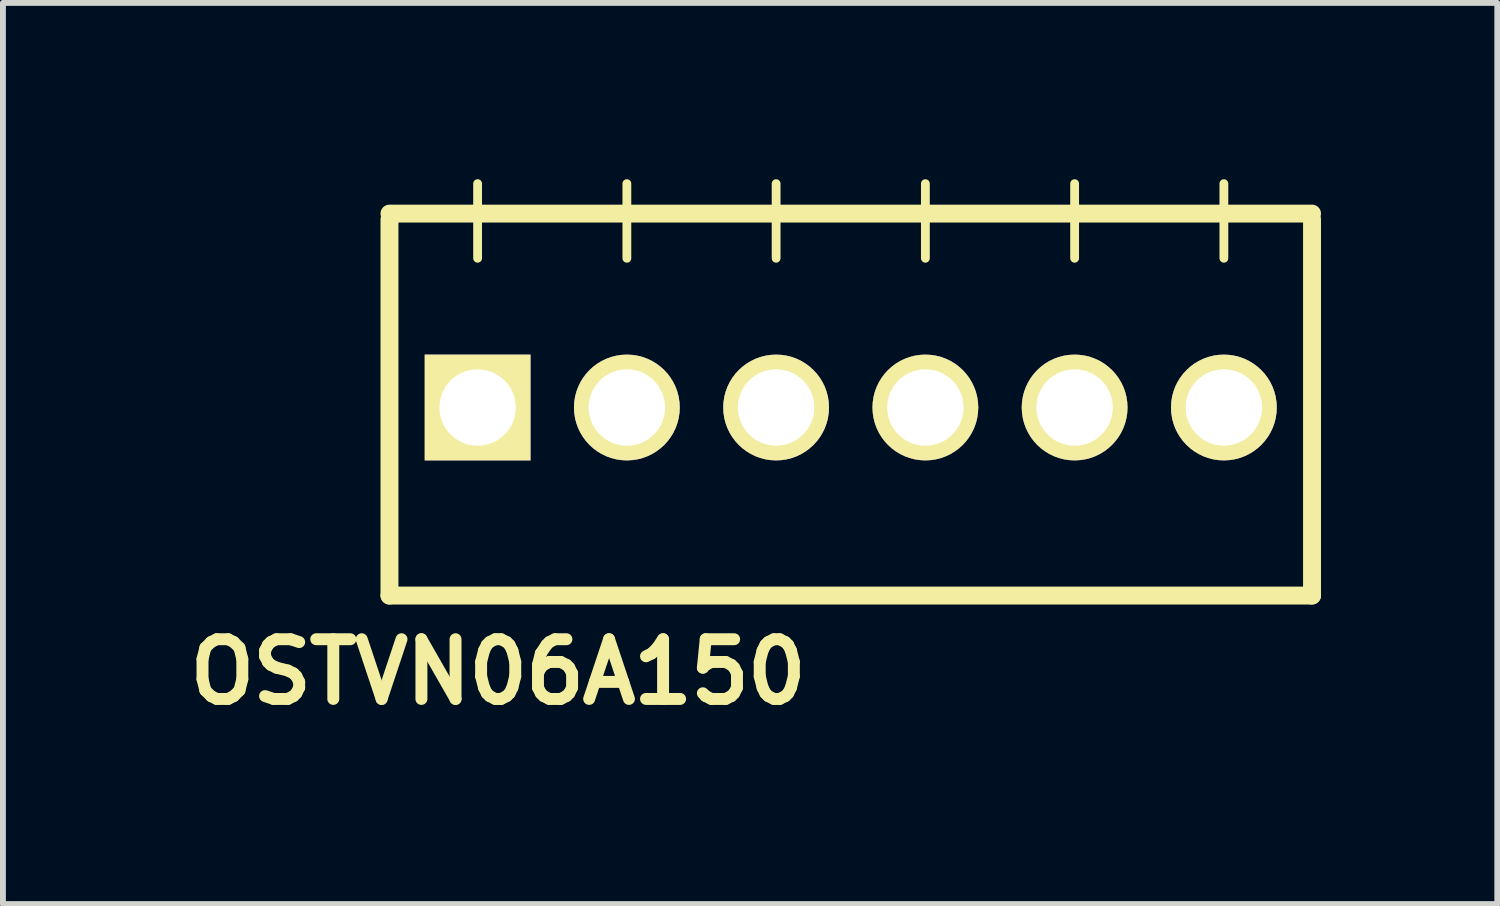
<source format=kicad_pcb>
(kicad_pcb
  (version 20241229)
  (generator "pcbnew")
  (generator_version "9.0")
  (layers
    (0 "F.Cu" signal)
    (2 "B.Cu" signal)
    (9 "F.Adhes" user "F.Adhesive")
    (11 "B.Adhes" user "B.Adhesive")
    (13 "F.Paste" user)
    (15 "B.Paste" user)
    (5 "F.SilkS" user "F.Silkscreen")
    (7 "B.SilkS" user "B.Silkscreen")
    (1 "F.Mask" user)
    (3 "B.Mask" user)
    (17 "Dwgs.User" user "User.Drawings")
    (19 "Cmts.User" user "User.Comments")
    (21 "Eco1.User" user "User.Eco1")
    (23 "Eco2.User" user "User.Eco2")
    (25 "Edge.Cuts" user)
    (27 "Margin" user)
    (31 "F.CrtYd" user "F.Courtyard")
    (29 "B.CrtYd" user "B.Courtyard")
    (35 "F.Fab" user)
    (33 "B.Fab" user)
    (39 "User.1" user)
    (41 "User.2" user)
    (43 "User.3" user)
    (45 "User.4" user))
  (footprint "OSTVN06A150"
    (layer "F.Cu")
    (at 11.428 3.885)
    (property "Reference" "OSTVN06A150" (at -6 4.5 0) (layer "F.SilkS") (effects (font (size 1.016 1.016) (thickness 0.203))))
    (attr through_hole)
    (fp_line (start -7.85 -3.3) (end 7.85 -3.3) (stroke (width 0.305) (type solid)) (layer "F.SilkS"))
    (fp_line (start -7.85 3.2) (end -7.85 -3.2) (stroke (width 0.305) (type solid)) (layer "F.SilkS"))
    (fp_line (start -6.35 -2.54) (end -6.35 -3.81) (stroke (width 0.15) (type solid)) (layer "F.SilkS"))
    (fp_line (start -3.81 -2.54) (end -3.81 -3.81) (stroke (width 0.15) (type solid)) (layer "F.SilkS"))
    (fp_line (start -1.27 -2.54) (end -1.27 -3.81) (stroke (width 0.15) (type solid)) (layer "F.SilkS"))
    (fp_line (start 1.27 -2.54) (end 1.27 -3.81) (stroke (width 0.15) (type solid)) (layer "F.SilkS"))
    (fp_line (start 3.81 -2.54) (end 3.81 -3.81) (stroke (width 0.15) (type solid)) (layer "F.SilkS"))
    (fp_line (start 6.35 -2.54) (end 6.35 -3.81) (stroke (width 0.15) (type solid)) (layer "F.SilkS"))
    (fp_line (start 7.85 -3.2) (end 7.85 3.2) (stroke (width 0.305) (type solid)) (layer "F.SilkS"))
    (fp_line (start 7.85 3.2) (end -7.85 3.2) (stroke (width 0.305) (type solid)) (layer "F.SilkS"))
    (pad "1" thru_hole rect (at -6.35 0) (size 1.8 1.8) (drill 1.3) (layers "*.Cu" "*.Mask" "F.SilkS"))
    (pad "2" thru_hole circle (at -3.81 0) (size 1.8 1.8) (drill 1.3) (layers "*.Cu" "*.Mask" "F.SilkS"))
    (pad "3" thru_hole circle (at -1.27 0) (size 1.8 1.8) (drill 1.3) (layers "*.Cu" "*.Mask" "F.SilkS"))
    (pad "4" thru_hole circle (at 1.27 0) (size 1.8 1.8) (drill 1.3) (layers "*.Cu" "*.Mask" "F.SilkS"))
    (pad "5" thru_hole circle (at 3.81 0) (size 1.8 1.8) (drill 1.3) (layers "*.Cu" "*.Mask" "F.SilkS"))
    (pad "6" thru_hole circle (at 6.35 0) (size 1.8 1.8) (drill 1.3) (layers "*.Cu" "*.Mask" "F.SilkS")))
  (gr_rect
    (start -3 -3)
    (end 22.431 12.336)
    (stroke (width 0.1) (type default))
    (fill no)
    (layer "Edge.Cuts")))
</source>
